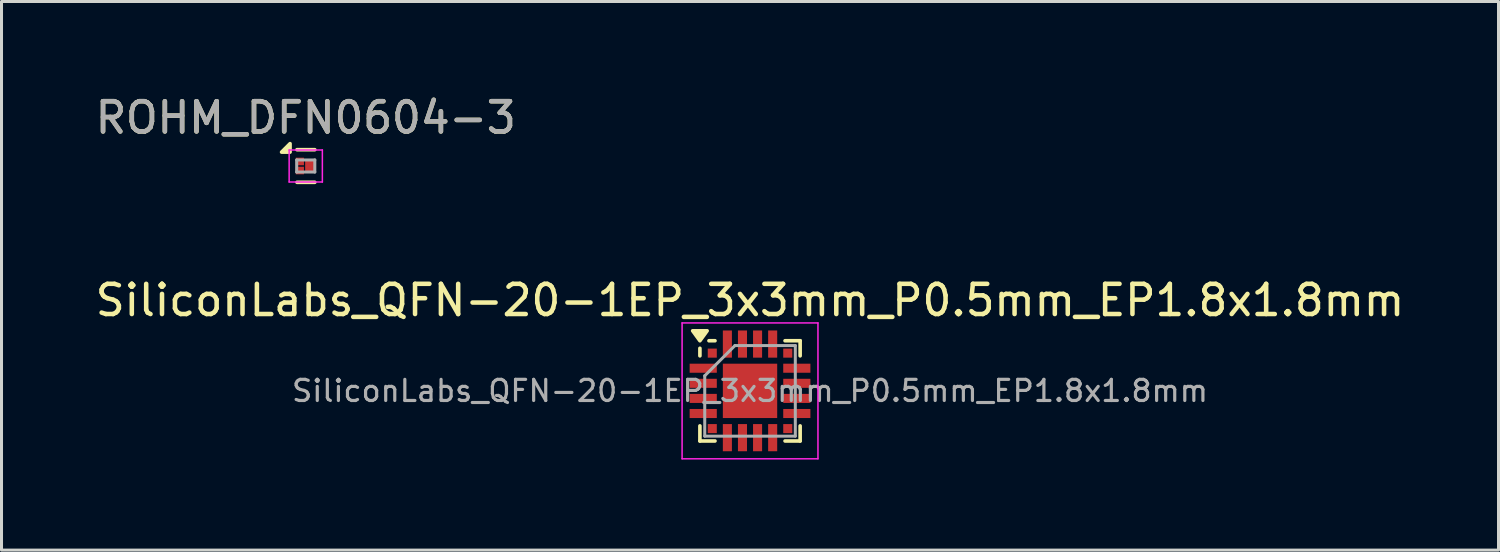
<source format=kicad_pcb>
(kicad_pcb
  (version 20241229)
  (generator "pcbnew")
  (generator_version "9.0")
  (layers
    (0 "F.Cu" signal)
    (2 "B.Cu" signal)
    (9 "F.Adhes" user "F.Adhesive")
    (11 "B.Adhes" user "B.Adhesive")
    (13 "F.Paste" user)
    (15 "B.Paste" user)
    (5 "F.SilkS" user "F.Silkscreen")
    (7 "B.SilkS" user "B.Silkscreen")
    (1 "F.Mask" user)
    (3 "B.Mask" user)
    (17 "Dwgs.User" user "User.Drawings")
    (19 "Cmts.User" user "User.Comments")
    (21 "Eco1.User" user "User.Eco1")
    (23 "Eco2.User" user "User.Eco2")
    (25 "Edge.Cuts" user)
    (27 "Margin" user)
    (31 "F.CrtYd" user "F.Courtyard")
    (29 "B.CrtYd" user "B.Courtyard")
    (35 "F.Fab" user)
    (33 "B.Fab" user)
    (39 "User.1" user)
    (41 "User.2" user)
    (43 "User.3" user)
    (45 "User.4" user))
  (footprint "ROHM_DFN0604-3"
    (layer "F.Cu")
    (at 7.077 2.448)
    (property "Reference" "ROHM_DFN0604-3" (at 0 -1.6 0) (layer "F.SilkS") (effects (font (size 1 1) (thickness 0.15))))
    (attr smd)
    (fp_line (start -0.29 -0.54) (end 0.3 -0.54) (stroke (width 0.12) (type default)) (layer "F.SilkS"))
    (fp_line (start -0.29 0.54) (end 0.3 0.54) (stroke (width 0.12) (type default)) (layer "F.SilkS"))
    (fp_poly (pts (xy -0.52 -0.46) (xy -0.8 -0.46) (xy -0.52 -0.74) (xy -0.52 -0.46)) (stroke (width 0.12) (type solid)) (fill yes) (layer "F.SilkS"))
    (fp_line (start -0.55 -0.53) (end 0.55 -0.53) (stroke (width 0.05) (type solid)) (layer "F.CrtYd"))
    (fp_line (start -0.55 0.53) (end -0.55 -0.53) (stroke (width 0.05) (type solid)) (layer "F.CrtYd"))
    (fp_line (start 0.55 -0.53) (end 0.55 0.53) (stroke (width 0.05) (type solid)) (layer "F.CrtYd"))
    (fp_line (start 0.55 0.53) (end -0.55 0.53) (stroke (width 0.05) (type solid)) (layer "F.CrtYd"))
    (fp_line (start -0.3 -0.2) (end 0.3 -0.2) (stroke (width 0.1) (type solid)) (layer "F.Fab"))
    (fp_line (start -0.3 0.2) (end -0.3 -0.2) (stroke (width 0.1) (type solid)) (layer "F.Fab"))
    (fp_line (start 0.3 -0.2) (end 0.3 0.2) (stroke (width 0.1) (type solid)) (layer "F.Fab"))
    (fp_line (start 0.3 0.2) (end -0.3 0.2) (stroke (width 0.1) (type solid)) (layer "F.Fab"))
    (fp_text user "${REFERENCE}" (at 0 -1.6 0) (layer "F.Fab") (effects (font (size 1 1) (thickness 0.15))))
    (pad "1" smd rect (at -0.195 -0.15 270) (size 0.25 0.27) (layers "F.Cu" "F.Mask" "F.Paste"))
    (pad "2" smd rect (at -0.195 0.15 270) (size 0.25 0.27) (layers "F.Cu" "F.Mask" "F.Paste"))
    (pad "3" smd rect (at 0.155 0 270) (size 0.35 0.35) (layers "F.Cu" "F.Mask" "F.Paste")))
  (footprint "SiliconLabs_QFN-20-1EP_3x3mm_P0.5mm_EP1.8x1.8mm"
    (layer "F.Cu")
    (at 21.792 9.896)
    (property "Reference" "SiliconLabs_QFN-20-1EP_3x3mm_P0.5mm_EP1.8x1.8mm" (at 0 -3 0) (layer "F.SilkS") (effects (font (size 1 1) (thickness 0.15))))
    (attr smd)
    (fp_line (start -1.66 -1.16) (end -1.66 -1.41) (stroke (width 0.12) (type solid)) (layer "F.SilkS"))
    (fp_line (start -1.66 1.66) (end -1.66 1.16) (stroke (width 0.12) (type solid)) (layer "F.SilkS"))
    (fp_line (start -1.16 -1.66) (end -1.36 -1.66) (stroke (width 0.12) (type solid)) (layer "F.SilkS"))
    (fp_line (start -1.16 1.66) (end -1.66 1.66) (stroke (width 0.12) (type solid)) (layer "F.SilkS"))
    (fp_line (start 1.16 -1.66) (end 1.66 -1.66) (stroke (width 0.12) (type solid)) (layer "F.SilkS"))
    (fp_line (start 1.16 1.66) (end 1.66 1.66) (stroke (width 0.12) (type solid)) (layer "F.SilkS"))
    (fp_line (start 1.66 -1.66) (end 1.66 -1.16) (stroke (width 0.12) (type solid)) (layer "F.SilkS"))
    (fp_line (start 1.66 1.66) (end 1.66 1.16) (stroke (width 0.12) (type solid)) (layer "F.SilkS"))
    (fp_poly (pts (xy -1.66 -1.66) (xy -1.9 -1.99) (xy -1.42 -1.99) (xy -1.66 -1.66)) (stroke (width 0.12) (type solid)) (fill yes) (layer "F.SilkS"))
    (fp_line (start -2.25 -2.25) (end -2.25 2.25) (stroke (width 0.05) (type solid)) (layer "F.CrtYd"))
    (fp_line (start -2.25 2.25) (end 2.25 2.25) (stroke (width 0.05) (type solid)) (layer "F.CrtYd"))
    (fp_line (start 2.25 -2.25) (end -2.25 -2.25) (stroke (width 0.05) (type solid)) (layer "F.CrtYd"))
    (fp_line (start 2.25 2.25) (end 2.25 -2.25) (stroke (width 0.05) (type solid)) (layer "F.CrtYd"))
    (fp_line (start -1.5 -0.5) (end -0.5 -1.5) (stroke (width 0.1) (type solid)) (layer "F.Fab"))
    (fp_line (start -1.5 1.5) (end -1.5 -0.5) (stroke (width 0.1) (type solid)) (layer "F.Fab"))
    (fp_line (start -0.5 -1.5) (end 1.5 -1.5) (stroke (width 0.1) (type solid)) (layer "F.Fab"))
    (fp_line (start 1.5 -1.5) (end 1.5 1.5) (stroke (width 0.1) (type solid)) (layer "F.Fab"))
    (fp_line (start 1.5 1.5) (end -1.5 1.5) (stroke (width 0.1) (type solid)) (layer "F.Fab"))
    (fp_text user "${REFERENCE}" (at 0 0 0) (layer "F.Fab") (effects (font (size 0.7 0.7) (thickness 0.105))))
    (pad "" smd rect (at -0.45 -0.45) (size 0.54 0.54) (layers "F.Paste"))
    (pad "" smd rect (at -0.45 0.45) (size 0.54 0.54) (layers "F.Paste"))
    (pad "" smd rect (at 0.45 -0.45) (size 0.54 0.54) (layers "F.Paste"))
    (pad "" smd rect (at 0.45 0.45) (size 0.54 0.54) (layers "F.Paste"))
    (pad "1" smd rect (at -1.25 -1.25) (size 0.3 0.3) (layers "F.Cu" "F.Mask" "F.Paste"))
    (pad "2" smd rect (at -1.55 -0.75) (size 0.9 0.3) (layers "F.Cu" "F.Mask" "F.Paste"))
    (pad "3" smd rect (at -1.55 -0.25) (size 0.9 0.3) (layers "F.Cu" "F.Mask" "F.Paste"))
    (pad "4" smd rect (at -1.55 0.25) (size 0.9 0.3) (layers "F.Cu" "F.Mask" "F.Paste"))
    (pad "5" smd rect (at -1.55 0.75) (size 0.9 0.3) (layers "F.Cu" "F.Mask" "F.Paste"))
    (pad "6" smd rect (at -1.25 1.25) (size 0.3 0.3) (layers "F.Cu" "F.Mask" "F.Paste"))
    (pad "7" smd rect (at -0.75 1.55 90) (size 0.9 0.3) (layers "F.Cu" "F.Mask" "F.Paste"))
    (pad "8" smd rect (at -0.25 1.55 90) (size 0.9 0.3) (layers "F.Cu" "F.Mask" "F.Paste"))
    (pad "9" smd rect (at 0.25 1.55 90) (size 0.9 0.3) (layers "F.Cu" "F.Mask" "F.Paste"))
    (pad "10" smd rect (at 0.75 1.55 90) (size 0.9 0.3) (layers "F.Cu" "F.Mask" "F.Paste"))
    (pad "11" smd rect (at 1.25 1.25) (size 0.3 0.3) (layers "F.Cu" "F.Mask" "F.Paste"))
    (pad "12" smd rect (at 1.55 0.75) (size 0.9 0.3) (layers "F.Cu" "F.Mask" "F.Paste"))
    (pad "13" smd rect (at 1.55 0.25) (size 0.9 0.3) (layers "F.Cu" "F.Mask" "F.Paste"))
    (pad "14" smd rect (at 1.55 -0.25) (size 0.9 0.3) (layers "F.Cu" "F.Mask" "F.Paste"))
    (pad "15" smd rect (at 1.55 -0.75) (size 0.9 0.3) (layers "F.Cu" "F.Mask" "F.Paste"))
    (pad "16" smd rect (at 1.25 -1.25) (size 0.3 0.3) (layers "F.Cu" "F.Mask" "F.Paste"))
    (pad "17" smd rect (at 0.75 -1.55 90) (size 0.9 0.3) (layers "F.Cu" "F.Mask" "F.Paste"))
    (pad "18" smd rect (at 0.25 -1.55 90) (size 0.9 0.3) (layers "F.Cu" "F.Mask" "F.Paste"))
    (pad "19" smd rect (at -0.25 -1.55 90) (size 0.9 0.3) (layers "F.Cu" "F.Mask" "F.Paste"))
    (pad "20" smd rect (at -0.75 -1.55 90) (size 0.9 0.3) (layers "F.Cu" "F.Mask" "F.Paste"))
    (pad "21" smd rect (at 0 0) (size 1.8 1.8) (layers "F.Cu" "F.Mask")))
  (gr_rect
    (start -3 -3)
    (end 46.583 15.171)
    (stroke (width 0.1) (type default))
    (fill no)
    (layer "Edge.Cuts")))
</source>
